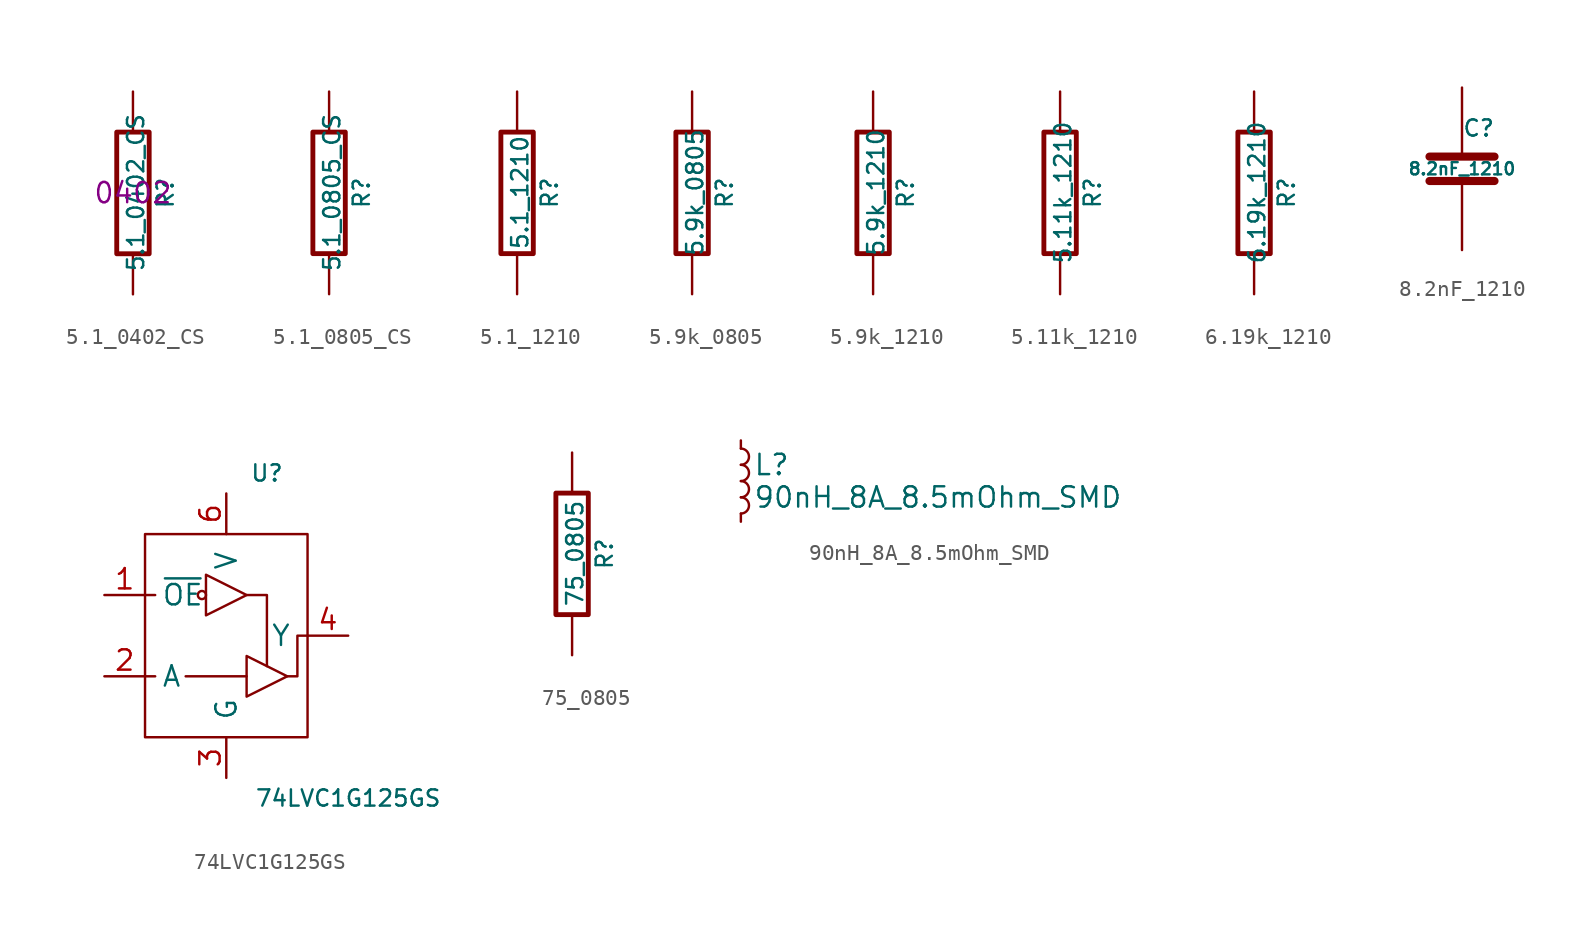
<source format=kicad_sym>
(kicad_symbol_lib
  (version 20211014)
  (generator kicad_symbol_editor)
  (symbol "5.1_0402_CS"
    (pin_numbers hide)
    (pin_names
      (offset 0))
    (property "Reference" "R"
      (at 2.032 0 90)
      (effects (font (size 1.016 1.016))))
    (property "Value" "5.1_0402_CS"
      (at 0.178 0.025 90)
      (effects (font (size 1.016 1.016))))
    (property "Datasheet" ""
      (at 0 0 0)
      (effects (font (size 0.762 0.762))))
    (property "Package" "0402"
      (at 0 0 0)
      (effects (font (size 1.27 1.27))))
    (symbol "5.1_0402_CS_0_1"
      (rectangle (start -1.016 3.81) (end 1.016 -3.81) (stroke (width 0.305) (type default) (color 0 0 0 0)) (fill (type none))))
    (symbol "5.1_0402_CS_1_1"
      (pin passive line (at 0 6.35 270) (length 2.54) (name "~" (effects (font (size 1.524 1.524)))) (number "1" (effects (font (size 1.524 1.524)))))
      (pin passive line (at 0 -6.35 90) (length 2.54) (name "~" (effects (font (size 1.524 1.524)))) (number "2" (effects (font (size 1.524 1.524)))))))
  (symbol "5.1_0805_CS"
    (pin_numbers hide)
    (pin_names
      (offset 0))
    (property "Reference" "R"
      (at 2.032 0 90)
      (effects (font (size 1.016 1.016))))
    (property "Value" "5.1_0805_CS"
      (at 0.178 0.025 90)
      (effects (font (size 1.016 1.016))))
    (property "Datasheet" ""
      (at 0 0 0)
      (effects (font (size 0.762 0.762))))
    (symbol "5.1_0805_CS_0_1"
      (rectangle (start -1.016 3.81) (end 1.016 -3.81) (stroke (width 0.305) (type default) (color 0 0 0 0)) (fill (type none))))
    (symbol "5.1_0805_CS_1_1"
      (pin passive line (at 0 6.35 270) (length 2.54) (name "~" (effects (font (size 1.524 1.524)))) (number "1" (effects (font (size 1.524 1.524)))))
      (pin passive line (at 0 -6.35 90) (length 2.54) (name "~" (effects (font (size 1.524 1.524)))) (number "2" (effects (font (size 1.524 1.524)))))))
  (symbol "5.1_1210"
    (pin_numbers hide)
    (pin_names
      (offset 0))
    (property "Reference" "R"
      (at 2.032 0 90)
      (effects (font (size 1.016 1.016))))
    (property "Value" "5.1_1210"
      (at 0.178 0.025 90)
      (effects (font (size 1.016 1.016))))
    (property "Datasheet" ""
      (at 0 0 0)
      (effects (font (size 0.762 0.762))))
    (symbol "5.1_1210_0_1"
      (rectangle (start -1.016 3.81) (end 1.016 -3.81) (stroke (width 0.305) (type default) (color 0 0 0 0)) (fill (type none))))
    (symbol "5.1_1210_1_1"
      (pin passive line (at 0 6.35 270) (length 2.54) (name "~" (effects (font (size 1.524 1.524)))) (number "1" (effects (font (size 1.524 1.524)))))
      (pin passive line (at 0 -6.35 90) (length 2.54) (name "~" (effects (font (size 1.524 1.524)))) (number "2" (effects (font (size 1.524 1.524)))))))
  (symbol "5.9k_0805"
    (pin_numbers hide)
    (pin_names
      (offset 0))
    (property "Reference" "R"
      (at 2.032 0 90)
      (effects (font (size 1.016 1.016))))
    (property "Value" "5.9k_0805"
      (at 0.178 0.025 90)
      (effects (font (size 1.016 1.016))))
    (property "Datasheet" ""
      (at 0 0 0)
      (effects (font (size 0.762 0.762))))
    (symbol "5.9k_0805_0_1"
      (rectangle (start -1.016 3.81) (end 1.016 -3.81) (stroke (width 0.305) (type default) (color 0 0 0 0)) (fill (type none))))
    (symbol "5.9k_0805_1_1"
      (pin passive line (at 0 6.35 270) (length 2.54) (name "~" (effects (font (size 1.524 1.524)))) (number "1" (effects (font (size 1.524 1.524)))))
      (pin passive line (at 0 -6.35 90) (length 2.54) (name "~" (effects (font (size 1.524 1.524)))) (number "2" (effects (font (size 1.524 1.524)))))))
  (symbol "5.9k_1210"
    (pin_numbers hide)
    (pin_names
      (offset 0))
    (property "Reference" "R"
      (at 2.032 0 90)
      (effects (font (size 1.016 1.016))))
    (property "Value" "5.9k_1210"
      (at 0.178 0.025 90)
      (effects (font (size 1.016 1.016))))
    (property "Datasheet" ""
      (at 0 0 0)
      (effects (font (size 0.762 0.762))))
    (symbol "5.9k_1210_0_1"
      (rectangle (start -1.016 3.81) (end 1.016 -3.81) (stroke (width 0.305) (type default) (color 0 0 0 0)) (fill (type none))))
    (symbol "5.9k_1210_1_1"
      (pin passive line (at 0 6.35 270) (length 2.54) (name "~" (effects (font (size 1.524 1.524)))) (number "1" (effects (font (size 1.524 1.524)))))
      (pin passive line (at 0 -6.35 90) (length 2.54) (name "~" (effects (font (size 1.524 1.524)))) (number "2" (effects (font (size 1.524 1.524)))))))
  (symbol "5.11k_1210"
    (pin_numbers hide)
    (pin_names
      (offset 0))
    (property "Reference" "R"
      (at 2.032 0 90)
      (effects (font (size 1.016 1.016))))
    (property "Value" "5.11k_1210"
      (at 0.178 0.025 90)
      (effects (font (size 1.016 1.016))))
    (property "Datasheet" ""
      (at 0 0 0)
      (effects (font (size 0.762 0.762))))
    (symbol "5.11k_1210_0_1"
      (rectangle (start -1.016 3.81) (end 1.016 -3.81) (stroke (width 0.305) (type default) (color 0 0 0 0)) (fill (type none))))
    (symbol "5.11k_1210_1_1"
      (pin passive line (at 0 6.35 270) (length 2.54) (name "~" (effects (font (size 1.524 1.524)))) (number "1" (effects (font (size 1.524 1.524)))))
      (pin passive line (at 0 -6.35 90) (length 2.54) (name "~" (effects (font (size 1.524 1.524)))) (number "2" (effects (font (size 1.524 1.524)))))))
  (symbol "6.19k_1210"
    (pin_numbers hide)
    (pin_names
      (offset 0))
    (property "Reference" "R"
      (at 2.032 0 90)
      (effects (font (size 1.016 1.016))))
    (property "Value" "6.19k_1210"
      (at 0.178 0.025 90)
      (effects (font (size 1.016 1.016))))
    (property "Datasheet" ""
      (at 0 0 0)
      (effects (font (size 0.762 0.762))))
    (symbol "6.19k_1210_0_1"
      (rectangle (start -1.016 3.81) (end 1.016 -3.81) (stroke (width 0.305) (type default) (color 0 0 0 0)) (fill (type none))))
    (symbol "6.19k_1210_1_1"
      (pin passive line (at 0 6.35 270) (length 2.54) (name "~" (effects (font (size 1.524 1.524)))) (number "1" (effects (font (size 1.524 1.524)))))
      (pin passive line (at 0 -6.35 90) (length 2.54) (name "~" (effects (font (size 1.524 1.524)))) (number "2" (effects (font (size 1.524 1.524)))))))
  (symbol "8.2nF_1210"
    (pin_numbers hide)
    (pin_names
      (offset 0.254))
    (property "Reference" "C"
      (at 0 2.54 0)
      (effects (font (size 1.016 1.016)) (justify left)))
    (property "Value" "8.2nF_1210"
      (at 0 0 0)
      (effects (font (size 0.762 0.762))))
    (property "Datasheet" ""
      (at 0 0 0)
      (effects (font (size 1.524 1.524))))
    (symbol "8.2nF_1210_0_1"
      (polyline (pts (xy -2.032 -0.762) (xy 2.032 -0.762)) (stroke (width 0.508) (type default) (color 0 0 0 0)) (fill (type none)))
      (polyline (pts (xy -2.032 0.762) (xy 2.032 0.762)) (stroke (width 0.508) (type default) (color 0 0 0 0)) (fill (type none))))
    (symbol "8.2nF_1210_1_1"
      (pin passive line (at 0 5.08 270) (length 4.318) (name "~" (effects (font (size 1.016 1.016)))) (number "1" (effects (font (size 1.016 1.016)))))
      (pin passive line (at 0 -5.08 90) (length 4.318) (name "~" (effects (font (size 1.016 1.016)))) (number "2" (effects (font (size 1.016 1.016)))))))
  (symbol "74LVC1G125GS"
    (pin_names
      (offset 1.016))
    (property "Reference" "U"
      (at 2.54 10.16 0)
      (effects (font (size 1.016 1.016))))
    (property "Value" "74LVC1G125GS"
      (at 7.62 -10.16 0)
      (effects (font (size 1.016 1.016))))
    (symbol "74LVC1G125GS_0_1"
      (rectangle (start -5.08 6.35) (end 5.08 -6.35) (stroke (width 0) (type default) (color 0 0 0 0)) (fill (type none)))
      (circle (center -1.524 2.54) (radius 0.254) (stroke (width 0) (type default) (color 0 0 0 0)) (fill (type none)))
      (polyline (pts (xy -5.08 -2.54) (xy -4.445 -2.54)) (stroke (width 0) (type default) (color 0 0 0 0)) (fill (type none)))
      (polyline (pts (xy -5.08 2.54) (xy -4.445 2.54)) (stroke (width 0) (type default) (color 0 0 0 0)) (fill (type none)))
      (polyline (pts (xy 1.27 -2.54) (xy -2.54 -2.54)) (stroke (width 0) (type default) (color 0 0 0 0)) (fill (type none)))
      (polyline (pts (xy 1.27 2.54) (xy 2.54 2.54) (xy 2.54 -1.905)) (stroke (width 0) (type default) (color 0 0 0 0)) (fill (type none)))
      (polyline (pts (xy -1.27 3.81) (xy -1.27 1.27) (xy 1.27 2.54) (xy -1.27 3.81)) (stroke (width 0) (type default) (color 0 0 0 0)) (fill (type none)))
      (polyline (pts (xy 1.27 -1.27) (xy 1.27 -3.81) (xy 3.81 -2.54) (xy 1.27 -1.27)) (stroke (width 0) (type default) (color 0 0 0 0)) (fill (type none)))
      (polyline (pts (xy 3.81 -2.54) (xy 4.445 -2.54) (xy 4.445 0) (xy 5.08 0)) (stroke (width 0) (type default) (color 0 0 0 0)) (fill (type none))))
    (symbol "74LVC1G125GS_1_1"
      (pin input line (at -7.62 2.54 0) (length 2.54) (name "~{OE}" (effects (font (size 1.27 1.27)))) (number "1" (effects (font (size 1.27 1.27)))))
      (pin input line (at -7.62 -2.54 0) (length 2.54) (name "A" (effects (font (size 1.27 1.27)))) (number "2" (effects (font (size 1.27 1.27)))))
      (pin power_in line (at 0 -8.89 90) (length 2.54) (name "G" (effects (font (size 1.27 1.27)))) (number "3" (effects (font (size 1.27 1.27)))))
      (pin tri_state line (at 7.62 0 180) (length 2.54) (name "Y" (effects (font (size 1.27 1.27)))) (number "4" (effects (font (size 1.27 1.27)))))
      (pin power_in line (at 0 8.89 270) (length 2.54) (name "V" (effects (font (size 1.27 1.27)))) (number "6" (effects (font (size 1.27 1.27)))))))
  (symbol "75_0805"
    (pin_numbers hide)
    (pin_names
      (offset 0))
    (property "Reference" "R"
      (at 2.032 0 90)
      (effects (font (size 1.016 1.016))))
    (property "Value" "75_0805"
      (at 0.178 0.025 90)
      (effects (font (size 1.016 1.016))))
    (property "Datasheet" ""
      (at 0 0 0)
      (effects (font (size 0.762 0.762))))
    (symbol "75_0805_0_1"
      (rectangle (start -1.016 3.81) (end 1.016 -3.81) (stroke (width 0.305) (type default) (color 0 0 0 0)) (fill (type none))))
    (symbol "75_0805_1_1"
      (pin passive line (at 0 6.35 270) (length 2.54) (name "~" (effects (font (size 1.524 1.524)))) (number "1" (effects (font (size 1.524 1.524)))))
      (pin passive line (at 0 -6.35 90) (length 2.54) (name "~" (effects (font (size 1.524 1.524)))) (number "2" (effects (font (size 1.524 1.524)))))))
  (symbol "90nH_8A_8.5mOhm_SMD"
    (pin_numbers hide)
    (pin_names
      (offset 0.254) hide)
    (property "Reference" "L"
      (at 0.762 1.016 0)
      (effects (font (size 1.27 1.27)) (justify left)))
    (property "Value" "90nH_8A_8.5mOhm_SMD"
      (at 0.762 -1.016 0)
      (effects (font (size 1.27 1.27)) (justify left)))
    (property "Datasheet" ""
      (at 0 0 0)
      (effects (font (size 1.27 1.27))))
    (symbol "90nH_8A_8.5mOhm_SMD_0_1"
      (arc (start 0 -2.032) (mid 0.508 -1.524) (end 0 -1.016) (stroke (width 0) (type default) (color 0 0 0 0)) (fill (type none)))
      (arc (start 0 -1.016) (mid 0.508 -0.508) (end 0 0) (stroke (width 0) (type default) (color 0 0 0 0)) (fill (type none)))
      (arc (start 0 0) (mid 0.508 0.508) (end 0 1.016) (stroke (width 0) (type default) (color 0 0 0 0)) (fill (type none)))
      (arc (start 0 1.016) (mid 0.508 1.524) (end 0 2.032) (stroke (width 0) (type default) (color 0 0 0 0)) (fill (type none))))
    (symbol "90nH_8A_8.5mOhm_SMD_1_1"
      (pin passive line (at 0 2.54 270) (length 0.508) (name "~" (effects (font (size 1.27 1.27)))) (number "1" (effects (font (size 1.27 1.27)))))
      (pin passive line (at 0 -2.54 90) (length 0.508) (name "~" (effects (font (size 1.27 1.27)))) (number "2" (effects (font (size 1.27 1.27))))))))
</source>
